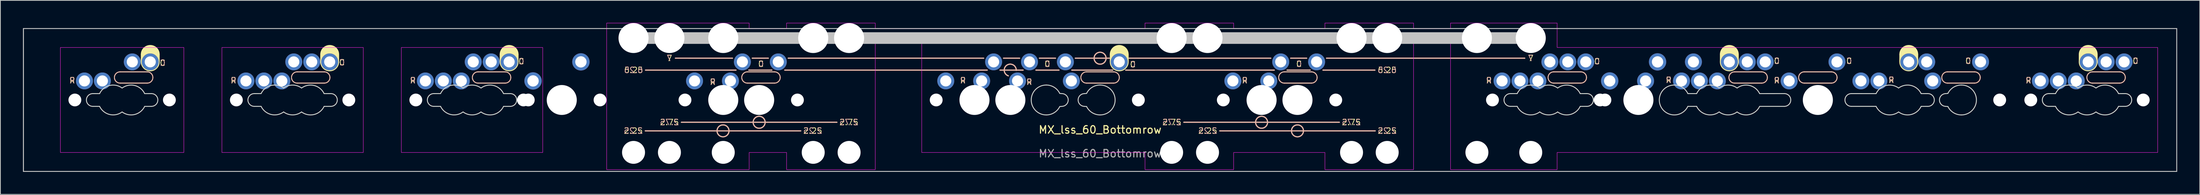
<source format=kicad_pcb>
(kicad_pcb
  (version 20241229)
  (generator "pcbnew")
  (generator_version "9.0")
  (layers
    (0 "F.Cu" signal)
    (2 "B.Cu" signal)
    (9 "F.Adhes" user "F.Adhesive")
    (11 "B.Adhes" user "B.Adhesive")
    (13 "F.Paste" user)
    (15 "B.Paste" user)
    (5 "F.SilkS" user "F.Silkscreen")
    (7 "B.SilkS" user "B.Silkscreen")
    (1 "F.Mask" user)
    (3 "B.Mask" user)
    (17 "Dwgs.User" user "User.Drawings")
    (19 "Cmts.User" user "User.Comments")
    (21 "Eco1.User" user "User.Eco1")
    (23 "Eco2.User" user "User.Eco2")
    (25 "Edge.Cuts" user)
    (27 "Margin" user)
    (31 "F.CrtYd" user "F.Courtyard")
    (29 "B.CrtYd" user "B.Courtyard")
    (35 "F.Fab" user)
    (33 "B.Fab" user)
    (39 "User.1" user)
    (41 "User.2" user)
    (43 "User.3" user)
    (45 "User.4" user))
  (footprint "MX_lss_60_Bottomrow"
    (layer "F.Cu")
    (at 142.935 10.28)
    (property "Reference" "MX_lss_60_Bottomrow" (at 0 3.969 0) (unlocked yes) (layer "F.SilkS") (effects (font (size 1 1) (thickness 0.15))))
    (attr through_hole)
    (fp_line (start -130.05 -3.75) (end -126.45 -3.75) (stroke (width 0.12) (type solid)) (layer "F.SilkS"))
    (fp_line (start -126.45 -2.25) (end -130.05 -2.25) (stroke (width 0.12) (type solid)) (layer "F.SilkS"))
    (fp_line (start -106.55 -3.75) (end -102.95 -3.75) (stroke (width 0.12) (type solid)) (layer "F.SilkS"))
    (fp_line (start -102.95 -2.25) (end -106.55 -2.25) (stroke (width 0.12) (type solid)) (layer "F.SilkS"))
    (fp_line (start -82.55 -3.75) (end -78.95 -3.75) (stroke (width 0.12) (type solid)) (layer "F.SilkS"))
    (fp_line (start -78.95 -2.25) (end -82.55 -2.25) (stroke (width 0.12) (type solid)) (layer "F.SilkS"))
    (fp_line (start -60.357 4.118) (end -39.719 4.118) (stroke (width 0.15) (type solid)) (layer "F.SilkS"))
    (fp_line (start -60.325 -3.978) (end -48.315 -3.977) (stroke (width 0.15) (type solid)) (layer "F.SilkS"))
    (fp_line (start -56.356 -5.568) (end -48.785 -5.567) (stroke (width 0.15) (type solid)) (layer "F.SilkS"))
    (fp_line (start -55.562 2.975) (end -34.925 2.975) (stroke (width 0.15) (type solid)) (layer "F.SilkS"))
    (fp_line (start -46.8 -3.75) (end -43.2 -3.75) (stroke (width 0.12) (type solid)) (layer "F.SilkS"))
    (fp_line (start -46.615 -3.977) (end -43.555 -3.978) (stroke (width 0.15) (type solid)) (layer "F.SilkS"))
    (fp_line (start -46.155 -5.567) (end -44.025 -5.568) (stroke (width 0.15) (type solid)) (layer "F.SilkS"))
    (fp_line (start -43.2 -2.25) (end -46.8 -2.25) (stroke (width 0.12) (type solid)) (layer "F.SilkS"))
    (fp_line (start -41.845 -3.977) (end -14.975 -3.977) (stroke (width 0.15) (type solid)) (layer "F.SilkS"))
    (fp_line (start -41.385 -5.567) (end -15.445 -5.567) (stroke (width 0.15) (type solid)) (layer "F.SilkS"))
    (fp_line (start -13.275 -3.977) (end -10.215 -3.977) (stroke (width 0.15) (type solid)) (layer "F.SilkS"))
    (fp_line (start -12.815 -5.567) (end -10.675 -5.567) (stroke (width 0.15) (type solid)) (layer "F.SilkS"))
    (fp_line (start -8.515 -3.977) (end -5.455 -3.977) (stroke (width 0.15) (type solid)) (layer "F.SilkS"))
    (fp_line (start -8.055 -5.567) (end -5.915 -5.567) (stroke (width 0.15) (type solid)) (layer "F.SilkS"))
    (fp_line (start -3.755 -3.977) (end 1.685 -3.977) (stroke (width 0.15) (type solid)) (layer "F.SilkS"))
    (fp_line (start -3.295 -5.567) (end 1.225 -5.567) (stroke (width 0.15) (type solid)) (layer "F.SilkS"))
    (fp_line (start -1.8 -3.75) (end 1.8 -3.75) (stroke (width 0.12) (type solid)) (layer "F.SilkS"))
    (fp_line (start 1.8 -2.25) (end -1.8 -2.25) (stroke (width 0.12) (type solid)) (layer "F.SilkS"))
    (fp_line (start 3.395 -3.977) (end 23.115 -3.977) (stroke (width 0.15) (type solid)) (layer "F.SilkS"))
    (fp_line (start 3.855 -5.567) (end 22.655 -5.567) (stroke (width 0.15) (type solid)) (layer "F.SilkS"))
    (fp_line (start 11.113 2.975) (end 31.75 2.975) (stroke (width 0.15) (type solid)) (layer "F.SilkS"))
    (fp_line (start 15.875 4.118) (end 36.513 4.118) (stroke (width 0.15) (type solid)) (layer "F.SilkS"))
    (fp_line (start 24.45 -3.75) (end 28.05 -3.75) (stroke (width 0.12) (type solid)) (layer "F.SilkS"))
    (fp_line (start 24.815 -3.977) (end 27.885 -3.977) (stroke (width 0.15) (type solid)) (layer "F.SilkS"))
    (fp_line (start 25.285 -5.567) (end 27.415 -5.567) (stroke (width 0.15) (type solid)) (layer "F.SilkS"))
    (fp_line (start 28.05 -2.25) (end 24.45 -2.25) (stroke (width 0.12) (type solid)) (layer "F.SilkS"))
    (fp_line (start 29.575 -3.977) (end 36.475 -3.977) (stroke (width 0.15) (type solid)) (layer "F.SilkS"))
    (fp_line (start 30.045 -5.567) (end 56.356 -5.566) (stroke (width 0.15) (type solid)) (layer "F.SilkS"))
    (fp_line (start 60.2 -3.75) (end 63.8 -3.75) (stroke (width 0.12) (type solid)) (layer "F.SilkS"))
    (fp_line (start 63.8 -2.25) (end 60.2 -2.25) (stroke (width 0.12) (type solid)) (layer "F.SilkS"))
    (fp_line (start 84.2 -3.75) (end 87.8 -3.75) (stroke (width 0.12) (type solid)) (layer "F.SilkS"))
    (fp_line (start 87.8 -2.25) (end 84.2 -2.25) (stroke (width 0.12) (type solid)) (layer "F.SilkS"))
    (fp_line (start 93.45 -3.75) (end 97.05 -3.75) (stroke (width 0.12) (type solid)) (layer "F.SilkS"))
    (fp_line (start 97.05 -2.25) (end 93.45 -2.25) (stroke (width 0.12) (type solid)) (layer "F.SilkS"))
    (fp_line (start 112.45 -3.75) (end 116.05 -3.75) (stroke (width 0.12) (type solid)) (layer "F.SilkS"))
    (fp_line (start 116.05 -2.25) (end 112.45 -2.25) (stroke (width 0.12) (type solid)) (layer "F.SilkS"))
    (fp_line (start 131.7 -3.75) (end 135.3 -3.75) (stroke (width 0.12) (type solid)) (layer "F.SilkS"))
    (fp_line (start 135.3 -2.25) (end 131.7 -2.25) (stroke (width 0.12) (type solid)) (layer "F.SilkS"))
    (fp_arc (start -130.05 -2.25) (mid -130.8 -3) (end -130.05 -3.75) (stroke (width 0.12) (type solid)) (layer "F.SilkS"))
    (fp_arc (start -127.048125 -6.08) (mid -126.0475 -7.080625) (end -125.046875 -6.08) (stroke (width 0.5) (type default)) (layer "F.SilkS"))
    (fp_arc (start -126.45 -3.75) (mid -125.7 -3) (end -126.45 -2.25) (stroke (width 0.12) (type solid)) (layer "F.SilkS"))
    (fp_arc (start -106.55 -2.25) (mid -107.3 -3) (end -106.55 -3.75) (stroke (width 0.12) (type solid)) (layer "F.SilkS"))
    (fp_arc (start -103.235625 -6.08) (mid -102.235 -7.080625) (end -101.234375 -6.08) (stroke (width 0.5) (type default)) (layer "F.SilkS"))
    (fp_arc (start -102.95 -3.75) (mid -102.2 -3) (end -102.95 -2.25) (stroke (width 0.12) (type solid)) (layer "F.SilkS"))
    (fp_arc (start -82.55 -2.25) (mid -83.3 -3) (end -82.55 -3.75) (stroke (width 0.12) (type solid)) (layer "F.SilkS"))
    (fp_arc (start -79.423125 -6.08) (mid -78.4225 -7.080625) (end -77.421875 -6.08) (stroke (width 0.5) (type default)) (layer "F.SilkS"))
    (fp_arc (start -78.95 -3.75) (mid -78.2 -3) (end -78.95 -2.25) (stroke (width 0.12) (type solid)) (layer "F.SilkS"))
    (fp_arc (start -46.8 -2.25) (mid -47.55 -3) (end -46.8 -3.75) (stroke (width 0.12) (type solid)) (layer "F.SilkS"))
    (fp_arc (start -43.2 -3.75) (mid -42.45 -3) (end -43.2 -2.25) (stroke (width 0.12) (type solid)) (layer "F.SilkS"))
    (fp_arc (start -12.175 -3.217) (mid -12.375918 -4.635557) (end -11.125 -3.937) (stroke (width 0.15) (type solid)) (layer "F.SilkS"))
    (fp_arc (start -1.8 -2.25) (mid -2.55 -3) (end -1.8 -3.75) (stroke (width 0.12) (type solid)) (layer "F.SilkS"))
    (fp_arc (start 1.539375 -6.08) (mid 2.54 -7.080625) (end 3.540625 -6.08) (stroke (width 0.5) (type default)) (layer "F.SilkS"))
    (fp_arc (start 1.8 -3.75) (mid 2.55 -3) (end 1.8 -2.25) (stroke (width 0.12) (type solid)) (layer "F.SilkS"))
    (fp_arc (start 24.45 -2.25) (mid 23.7 -3) (end 24.45 -3.75) (stroke (width 0.12) (type solid)) (layer "F.SilkS"))
    (fp_arc (start 28.05 -3.75) (mid 28.8 -3) (end 28.05 -2.25) (stroke (width 0.12) (type solid)) (layer "F.SilkS"))
    (fp_arc (start 60.2 -2.25) (mid 59.45 -3) (end 60.2 -3.75) (stroke (width 0.12) (type solid)) (layer "F.SilkS"))
    (fp_arc (start 63.8 -3.75) (mid 64.55 -3) (end 63.8 -2.25) (stroke (width 0.12) (type solid)) (layer "F.SilkS"))
    (fp_arc (start 82.501875 -6.08) (mid 83.5025 -7.080625) (end 84.503125 -6.08) (stroke (width 0.5) (type default)) (layer "F.SilkS"))
    (fp_arc (start 84.2 -2.25) (mid 83.45 -3) (end 84.2 -3.75) (stroke (width 0.12) (type solid)) (layer "F.SilkS"))
    (fp_arc (start 87.8 -3.75) (mid 88.55 -3) (end 87.8 -2.25) (stroke (width 0.12) (type solid)) (layer "F.SilkS"))
    (fp_arc (start 93.45 -2.25) (mid 92.7 -3) (end 93.45 -3.75) (stroke (width 0.12) (type solid)) (layer "F.SilkS"))
    (fp_arc (start 97.05 -3.75) (mid 97.8 -3) (end 97.05 -2.25) (stroke (width 0.12) (type solid)) (layer "F.SilkS"))
    (fp_arc (start 106.314375 -6.08) (mid 107.315 -7.080625) (end 108.315625 -6.08) (stroke (width 0.5) (type default)) (layer "F.SilkS"))
    (fp_arc (start 112.45 -2.25) (mid 111.7 -3) (end 112.45 -3.75) (stroke (width 0.12) (type solid)) (layer "F.SilkS"))
    (fp_arc (start 116.05 -3.75) (mid 116.8 -3) (end 116.05 -2.25) (stroke (width 0.12) (type solid)) (layer "F.SilkS"))
    (fp_arc (start 130.126875 -6.08) (mid 131.1275 -7.080625) (end 132.128125 -6.08) (stroke (width 0.5) (type default)) (layer "F.SilkS"))
    (fp_arc (start 131.7 -2.25) (mid 130.95 -3) (end 131.7 -3.75) (stroke (width 0.12) (type solid)) (layer "F.SilkS"))
    (fp_arc (start 135.3 -3.75) (mid 136.05 -3) (end 135.3 -2.25) (stroke (width 0.12) (type solid)) (layer "F.SilkS"))
    (fp_circle (center -126.047 -5.08) (end -124.857 -5.08) (stroke (width 0.125) (type default)) (fill no) (layer "F.SilkS"))
    (fp_circle (center -102.235 -5.08) (end -101.044 -5.08) (stroke (width 0.125) (type default)) (fill no) (layer "F.SilkS"))
    (fp_circle (center -78.422 -5.08) (end -77.232 -5.08) (stroke (width 0.125) (type default)) (fill no) (layer "F.SilkS"))
    (fp_circle (center -50.038 4.118) (end -50.038 3.324) (stroke (width 0.15) (type solid)) (fill no) (layer "F.SilkS"))
    (fp_circle (center -45.244 2.975) (end -45.244 2.181) (stroke (width 0.15) (type solid)) (fill no) (layer "F.SilkS"))
    (fp_circle (center 0 -5.566) (end 0 -4.772) (stroke (width 0.15) (type solid)) (fill no) (layer "F.SilkS"))
    (fp_circle (center 2.54 -5.08) (end 3.731 -5.08) (stroke (width 0.125) (type default)) (fill no) (layer "F.SilkS"))
    (fp_circle (center 21.431 2.975) (end 21.431 2.181) (stroke (width 0.15) (type solid)) (fill no) (layer "F.SilkS"))
    (fp_circle (center 26.194 4.118) (end 26.194 3.324) (stroke (width 0.15) (type solid)) (fill no) (layer "F.SilkS"))
    (fp_circle (center 83.502 -5.08) (end 84.693 -5.08) (stroke (width 0.125) (type default)) (fill no) (layer "F.SilkS"))
    (fp_circle (center 107.315 -5.08) (end 108.506 -5.08) (stroke (width 0.125) (type default)) (fill no) (layer "F.SilkS"))
    (fp_circle (center 131.127 -5.08) (end 132.318 -5.08) (stroke (width 0.125) (type default)) (fill no) (layer "F.SilkS"))
    (fp_poly (pts (xy -127.298 -5.08) (xy -127.298 -6.08) (xy -126.75 -6.8) (xy -126.047 -7.081) (xy -125.35 -6.8) (xy -124.797 -6.08) (xy -124.797 -5.08) (xy -124.95 -5.6) (xy -125.55 -6.2) (xy -126.047 -6.271) (xy -126.55 -6.2) (xy -127.15 -5.6)) (stroke (width 0) (type solid)) (fill yes) (layer "F.SilkS"))
    (fp_poly (pts (xy -103.486 -5.08) (xy -103.486 -6.08) (xy -102.938 -6.8) (xy -102.235 -7.081) (xy -101.537 -6.8) (xy -100.984 -6.08) (xy -100.984 -5.08) (xy -101.138 -5.6) (xy -101.737 -6.2) (xy -102.235 -6.271) (xy -102.737 -6.2) (xy -103.338 -5.6)) (stroke (width 0) (type solid)) (fill yes) (layer "F.SilkS"))
    (fp_poly (pts (xy -79.673 -5.08) (xy -79.673 -6.08) (xy -79.125 -6.8) (xy -78.422 -7.081) (xy -77.725 -6.8) (xy -77.172 -6.08) (xy -77.172 -5.08) (xy -77.325 -5.6) (xy -77.925 -6.2) (xy -78.422 -6.271) (xy -78.925 -6.2) (xy -79.525 -5.6)) (stroke (width 0) (type solid)) (fill yes) (layer "F.SilkS"))
    (fp_poly (pts (xy 1.289 -5.08) (xy 1.289 -6.08) (xy 1.837 -6.8) (xy 2.54 -7.081) (xy 3.237 -6.8) (xy 3.791 -6.08) (xy 3.791 -5.08) (xy 3.638 -5.6) (xy 3.038 -6.2) (xy 2.54 -6.271) (xy 2.038 -6.2) (xy 1.438 -5.6)) (stroke (width 0) (type solid)) (fill yes) (layer "F.SilkS"))
    (fp_poly (pts (xy 82.252 -5.08) (xy 82.252 -6.08) (xy 82.8 -6.8) (xy 83.502 -7.081) (xy 84.2 -6.8) (xy 84.753 -6.08) (xy 84.753 -5.08) (xy 84.6 -5.6) (xy 84 -6.2) (xy 83.502 -6.271) (xy 83 -6.2) (xy 82.4 -5.6)) (stroke (width 0) (type solid)) (fill yes) (layer "F.SilkS"))
    (fp_poly (pts (xy 106.064 -5.08) (xy 106.064 -6.08) (xy 106.612 -6.8) (xy 107.315 -7.081) (xy 108.013 -6.8) (xy 108.566 -6.08) (xy 108.566 -5.08) (xy 108.412 -5.6) (xy 107.812 -6.2) (xy 107.315 -6.271) (xy 106.812 -6.2) (xy 106.213 -5.6)) (stroke (width 0) (type solid)) (fill yes) (layer "F.SilkS"))
    (fp_poly (pts (xy 129.877 -5.08) (xy 129.877 -6.08) (xy 130.425 -6.8) (xy 131.127 -7.081) (xy 131.825 -6.8) (xy 132.378 -6.08) (xy 132.378 -5.08) (xy 132.225 -5.6) (xy 131.625 -6.2) (xy 131.127 -6.271) (xy 130.625 -6.2) (xy 130.025 -5.6)) (stroke (width 0) (type solid)) (fill yes) (layer "F.SilkS"))
    (fp_line (start -130.05 -2.25) (end -126.45 -2.25) (stroke (width 0.12) (type solid)) (layer "B.SilkS"))
    (fp_line (start -126.45 -3.75) (end -130.05 -3.75) (stroke (width 0.12) (type solid)) (layer "B.SilkS"))
    (fp_line (start -106.55 -2.25) (end -102.95 -2.25) (stroke (width 0.12) (type solid)) (layer "B.SilkS"))
    (fp_line (start -102.95 -3.75) (end -106.55 -3.75) (stroke (width 0.12) (type solid)) (layer "B.SilkS"))
    (fp_line (start -82.55 -2.25) (end -78.95 -2.25) (stroke (width 0.12) (type solid)) (layer "B.SilkS"))
    (fp_line (start -78.95 -3.75) (end -82.55 -3.75) (stroke (width 0.12) (type solid)) (layer "B.SilkS"))
    (fp_line (start -60.357 4.113) (end -39.719 4.113) (stroke (width 0.15) (type solid)) (layer "B.SilkS"))
    (fp_line (start -60.325 -3.983) (end -48.315 -3.982) (stroke (width 0.15) (type solid)) (layer "B.SilkS"))
    (fp_line (start -56.356 -5.573) (end -48.785 -5.572) (stroke (width 0.15) (type solid)) (layer "B.SilkS"))
    (fp_line (start -55.562 2.97) (end -34.925 2.97) (stroke (width 0.15) (type solid)) (layer "B.SilkS"))
    (fp_line (start -46.8 -2.25) (end -43.2 -2.25) (stroke (width 0.12) (type solid)) (layer "B.SilkS"))
    (fp_line (start -46.615 -3.982) (end -43.555 -3.983) (stroke (width 0.15) (type solid)) (layer "B.SilkS"))
    (fp_line (start -46.155 -5.572) (end -44.025 -5.573) (stroke (width 0.15) (type solid)) (layer "B.SilkS"))
    (fp_line (start -43.2 -3.75) (end -46.8 -3.75) (stroke (width 0.12) (type solid)) (layer "B.SilkS"))
    (fp_line (start -41.845 -3.982) (end -14.975 -3.982) (stroke (width 0.15) (type solid)) (layer "B.SilkS"))
    (fp_line (start -41.385 -5.572) (end -15.445 -5.572) (stroke (width 0.15) (type solid)) (layer "B.SilkS"))
    (fp_line (start -13.275 -3.982) (end -10.215 -3.982) (stroke (width 0.15) (type solid)) (layer "B.SilkS"))
    (fp_line (start -12.815 -5.572) (end -10.675 -5.572) (stroke (width 0.15) (type solid)) (layer "B.SilkS"))
    (fp_line (start -8.515 -3.982) (end -5.455 -3.982) (stroke (width 0.15) (type solid)) (layer "B.SilkS"))
    (fp_line (start -8.055 -5.572) (end -5.915 -5.572) (stroke (width 0.15) (type solid)) (layer "B.SilkS"))
    (fp_line (start -3.755 -3.982) (end 1.685 -3.982) (stroke (width 0.15) (type solid)) (layer "B.SilkS"))
    (fp_line (start -3.295 -5.572) (end 1.225 -5.572) (stroke (width 0.15) (type solid)) (layer "B.SilkS"))
    (fp_line (start -1.8 -2.25) (end 1.8 -2.25) (stroke (width 0.12) (type solid)) (layer "B.SilkS"))
    (fp_line (start 1.8 -3.75) (end -1.8 -3.75) (stroke (width 0.12) (type solid)) (layer "B.SilkS"))
    (fp_line (start 3.395 -3.982) (end 23.115 -3.982) (stroke (width 0.15) (type solid)) (layer "B.SilkS"))
    (fp_line (start 3.855 -5.572) (end 22.655 -5.572) (stroke (width 0.15) (type solid)) (layer "B.SilkS"))
    (fp_line (start 11.113 2.97) (end 31.75 2.97) (stroke (width 0.15) (type solid)) (layer "B.SilkS"))
    (fp_line (start 15.875 4.113) (end 36.513 4.113) (stroke (width 0.15) (type solid)) (layer "B.SilkS"))
    (fp_line (start 24.45 -2.25) (end 28.05 -2.25) (stroke (width 0.12) (type solid)) (layer "B.SilkS"))
    (fp_line (start 24.815 -3.982) (end 27.885 -3.982) (stroke (width 0.15) (type solid)) (layer "B.SilkS"))
    (fp_line (start 25.285 -5.572) (end 27.415 -5.572) (stroke (width 0.15) (type solid)) (layer "B.SilkS"))
    (fp_line (start 28.05 -3.75) (end 24.45 -3.75) (stroke (width 0.12) (type solid)) (layer "B.SilkS"))
    (fp_line (start 29.575 -3.982) (end 36.475 -3.982) (stroke (width 0.15) (type solid)) (layer "B.SilkS"))
    (fp_line (start 30.045 -5.572) (end 56.356 -5.571) (stroke (width 0.15) (type solid)) (layer "B.SilkS"))
    (fp_line (start 60.2 -2.25) (end 63.8 -2.25) (stroke (width 0.12) (type solid)) (layer "B.SilkS"))
    (fp_line (start 63.8 -3.75) (end 60.2 -3.75) (stroke (width 0.12) (type solid)) (layer "B.SilkS"))
    (fp_line (start 84.2 -2.25) (end 87.8 -2.25) (stroke (width 0.12) (type solid)) (layer "B.SilkS"))
    (fp_line (start 87.8 -3.75) (end 84.2 -3.75) (stroke (width 0.12) (type solid)) (layer "B.SilkS"))
    (fp_line (start 93.45 -2.25) (end 97.05 -2.25) (stroke (width 0.12) (type solid)) (layer "B.SilkS"))
    (fp_line (start 97.05 -3.75) (end 93.45 -3.75) (stroke (width 0.12) (type solid)) (layer "B.SilkS"))
    (fp_line (start 112.45 -2.25) (end 116.05 -2.25) (stroke (width 0.12) (type solid)) (layer "B.SilkS"))
    (fp_line (start 116.05 -3.75) (end 112.45 -3.75) (stroke (width 0.12) (type solid)) (layer "B.SilkS"))
    (fp_line (start 131.7 -2.25) (end 135.3 -2.25) (stroke (width 0.12) (type solid)) (layer "B.SilkS"))
    (fp_line (start 135.3 -3.75) (end 131.7 -3.75) (stroke (width 0.12) (type solid)) (layer "B.SilkS"))
    (fp_arc (start -130.05 -2.25) (mid -130.8 -3) (end -130.05 -3.75) (stroke (width 0.12) (type solid)) (layer "B.SilkS"))
    (fp_arc (start -126.45 -3.75) (mid -125.7 -3) (end -126.45 -2.25) (stroke (width 0.12) (type solid)) (layer "B.SilkS"))
    (fp_arc (start -106.55 -2.25) (mid -107.3 -3) (end -106.55 -3.75) (stroke (width 0.12) (type solid)) (layer "B.SilkS"))
    (fp_arc (start -102.95 -3.75) (mid -102.2 -3) (end -102.95 -2.25) (stroke (width 0.12) (type solid)) (layer "B.SilkS"))
    (fp_arc (start -82.55 -2.25) (mid -83.3 -3) (end -82.55 -3.75) (stroke (width 0.12) (type solid)) (layer "B.SilkS"))
    (fp_arc (start -78.95 -3.75) (mid -78.2 -3) (end -78.95 -2.25) (stroke (width 0.12) (type solid)) (layer "B.SilkS"))
    (fp_arc (start -46.8 -2.25) (mid -47.55 -3) (end -46.8 -3.75) (stroke (width 0.12) (type solid)) (layer "B.SilkS"))
    (fp_arc (start -43.2 -3.75) (mid -42.45 -3) (end -43.2 -2.25) (stroke (width 0.12) (type solid)) (layer "B.SilkS"))
    (fp_arc (start -12.175 -3.222) (mid -12.375882 -4.640577) (end -11.125 -3.942) (stroke (width 0.15) (type solid)) (layer "B.SilkS"))
    (fp_arc (start -1.8 -2.25) (mid -2.55 -3) (end -1.8 -3.75) (stroke (width 0.12) (type solid)) (layer "B.SilkS"))
    (fp_arc (start 1.8 -3.75) (mid 2.55 -3) (end 1.8 -2.25) (stroke (width 0.12) (type solid)) (layer "B.SilkS"))
    (fp_arc (start 24.45 -2.25) (mid 23.7 -3) (end 24.45 -3.75) (stroke (width 0.12) (type solid)) (layer "B.SilkS"))
    (fp_arc (start 28.05 -3.75) (mid 28.8 -3) (end 28.05 -2.25) (stroke (width 0.12) (type solid)) (layer "B.SilkS"))
    (fp_arc (start 60.2 -2.25) (mid 59.45 -3) (end 60.2 -3.75) (stroke (width 0.12) (type solid)) (layer "B.SilkS"))
    (fp_arc (start 63.8 -3.75) (mid 64.55 -3) (end 63.8 -2.25) (stroke (width 0.12) (type solid)) (layer "B.SilkS"))
    (fp_arc (start 84.2 -2.25) (mid 83.45 -3) (end 84.2 -3.75) (stroke (width 0.12) (type solid)) (layer "B.SilkS"))
    (fp_arc (start 87.8 -3.75) (mid 88.55 -3) (end 87.8 -2.25) (stroke (width 0.12) (type solid)) (layer "B.SilkS"))
    (fp_arc (start 93.45 -2.25) (mid 92.7 -3) (end 93.45 -3.75) (stroke (width 0.12) (type solid)) (layer "B.SilkS"))
    (fp_arc (start 97.05 -3.75) (mid 97.8 -3) (end 97.05 -2.25) (stroke (width 0.12) (type solid)) (layer "B.SilkS"))
    (fp_arc (start 112.45 -2.25) (mid 111.7 -3) (end 112.45 -3.75) (stroke (width 0.12) (type solid)) (layer "B.SilkS"))
    (fp_arc (start 116.05 -3.75) (mid 116.8 -3) (end 116.05 -2.25) (stroke (width 0.12) (type solid)) (layer "B.SilkS"))
    (fp_arc (start 131.7 -2.25) (mid 130.95 -3) (end 131.7 -3.75) (stroke (width 0.12) (type solid)) (layer "B.SilkS"))
    (fp_arc (start 135.3 -3.75) (mid 136.05 -3) (end 135.3 -2.25) (stroke (width 0.12) (type solid)) (layer "B.SilkS"))
    (fp_circle (center -50.038 4.113) (end -50.038 3.319) (stroke (width 0.15) (type solid)) (fill no) (layer "B.SilkS"))
    (fp_circle (center -45.244 2.97) (end -45.244 2.176) (stroke (width 0.15) (type solid)) (fill no) (layer "B.SilkS"))
    (fp_circle (center 0 -5.571) (end 0.794 -5.571) (stroke (width 0.15) (type solid)) (fill no) (layer "B.SilkS"))
    (fp_circle (center 21.431 2.97) (end 22.225 2.97) (stroke (width 0.15) (type solid)) (fill no) (layer "B.SilkS"))
    (fp_circle (center 26.194 4.113) (end 26.988 4.113) (stroke (width 0.15) (type solid)) (fill no) (layer "B.SilkS"))
    (fp_line (start -142.875 -9.525) (end -142.875 9.525) (stroke (width 0.12) (type solid)) (layer "Dwgs.User"))
    (fp_line (start -142.875 -9.525) (end -142.875 9.525) (stroke (width 0.12) (type solid)) (layer "Dwgs.User"))
    (fp_line (start -142.875 -9.525) (end 142.875 -9.525) (stroke (width 0.12) (type solid)) (layer "Dwgs.User"))
    (fp_line (start -61.913 -8.255) (end 57.15 -8.255) (stroke (width 1.55) (type solid)) (layer "Dwgs.User"))
    (fp_line (start 142.875 -9.525) (end 142.875 9.525) (stroke (width 0.12) (type solid)) (layer "Dwgs.User"))
    (fp_line (start 142.875 9.525) (end -142.875 9.525) (stroke (width 0.12) (type solid)) (layer "Dwgs.User"))
    (fp_line (start -133.667 -0.85) (end -132.767 -0.849) (stroke (width 0.12) (type solid)) (layer "Edge.Cuts"))
    (fp_line (start -133.667 0.85) (end -132.768 0.85) (stroke (width 0.12) (type solid)) (layer "Edge.Cuts"))
    (fp_line (start -125.889 -0.85) (end -126.789 -0.849) (stroke (width 0.12) (type solid)) (layer "Edge.Cuts"))
    (fp_line (start -125.889 0.85) (end -126.786 0.851) (stroke (width 0.12) (type solid)) (layer "Edge.Cuts"))
    (fp_line (start -112.236 -0.85) (end -111.339 -0.851) (stroke (width 0.12) (type solid)) (layer "Edge.Cuts"))
    (fp_line (start -112.236 0.85) (end -111.336 0.85) (stroke (width 0.12) (type solid)) (layer "Edge.Cuts"))
    (fp_line (start -102.076 -0.85) (end -102.977 -0.849) (stroke (width 0.12) (type solid)) (layer "Edge.Cuts"))
    (fp_line (start -102.076 0.85) (end -102.974 0.851) (stroke (width 0.12) (type solid)) (layer "Edge.Cuts"))
    (fp_line (start -88.424 -0.85) (end -87.526 -0.851) (stroke (width 0.12) (type solid)) (layer "Edge.Cuts"))
    (fp_line (start -88.424 0.85) (end -87.523 0.85) (stroke (width 0.12) (type solid)) (layer "Edge.Cuts"))
    (fp_line (start -78.264 -0.85) (end -79.164 -0.849) (stroke (width 0.12) (type solid)) (layer "Edge.Cuts"))
    (fp_line (start -78.264 0.85) (end -79.161 0.851) (stroke (width 0.12) (type solid)) (layer "Edge.Cuts"))
    (fp_line (start -5.08 -0.85) (end -5.353 -0.875) (stroke (width 0.12) (type solid)) (layer "Edge.Cuts"))
    (fp_line (start -5.08 0.85) (end -5.351 0.876) (stroke (width 0.12) (type solid)) (layer "Edge.Cuts"))
    (fp_line (start -2.064 -0.85) (end -1.792 -0.876) (stroke (width 0.12) (type solid)) (layer "Edge.Cuts"))
    (fp_line (start -2.064 0.85) (end -1.791 0.875) (stroke (width 0.12) (type solid)) (layer "Edge.Cuts"))
    (fp_line (start 54.451 -0.85) (end 55.349 -0.851) (stroke (width 0.12) (type solid)) (layer "Edge.Cuts"))
    (fp_line (start 54.451 0.85) (end 55.352 0.85) (stroke (width 0.12) (type solid)) (layer "Edge.Cuts"))
    (fp_line (start 64.611 -0.85) (end 63.711 -0.849) (stroke (width 0.12) (type solid)) (layer "Edge.Cuts"))
    (fp_line (start 64.611 0.85) (end 63.714 0.851) (stroke (width 0.12) (type solid)) (layer "Edge.Cuts"))
    (fp_line (start 78.001 -0.851) (end 79.161 -0.851) (stroke (width 0.12) (type default)) (layer "Edge.Cuts"))
    (fp_line (start 79.164 0.85) (end 78.001 0.851) (stroke (width 0.12) (type default)) (layer "Edge.Cuts"))
    (fp_line (start 90.805 -0.851) (end 87.523 -0.849) (stroke (width 0.12) (type default)) (layer "Edge.Cuts"))
    (fp_line (start 90.805 0.851) (end 87.526 0.851) (stroke (width 0.12) (type default)) (layer "Edge.Cuts"))
    (fp_line (start 99.695 -0.85) (end 102.977 -0.849) (stroke (width 0.12) (type solid)) (layer "Edge.Cuts"))
    (fp_line (start 99.695 0.85) (end 102.976 0.85) (stroke (width 0.12) (type solid)) (layer "Edge.Cuts"))
    (fp_line (start 109.855 -0.85) (end 108.955 -0.849) (stroke (width 0.12) (type solid)) (layer "Edge.Cuts"))
    (fp_line (start 109.855 0.85) (end 108.958 0.851) (stroke (width 0.12) (type solid)) (layer "Edge.Cuts"))
    (fp_line (start 112.236 -0.85) (end 112.508 -0.876) (stroke (width 0.12) (type solid)) (layer "Edge.Cuts"))
    (fp_line (start 112.236 0.85) (end 112.509 0.875) (stroke (width 0.12) (type solid)) (layer "Edge.Cuts"))
    (fp_line (start 125.889 -0.85) (end 126.786 -0.851) (stroke (width 0.12) (type solid)) (layer "Edge.Cuts"))
    (fp_line (start 125.889 0.85) (end 126.789 0.85) (stroke (width 0.12) (type solid)) (layer "Edge.Cuts"))
    (fp_line (start 136.049 -0.85) (end 135.148 -0.849) (stroke (width 0.12) (type solid)) (layer "Edge.Cuts"))
    (fp_line (start 136.049 0.85) (end 135.151 0.851) (stroke (width 0.12) (type solid)) (layer "Edge.Cuts"))
    (fp_arc (start -133.6675 0.85) (mid -134.5175 0) (end -133.6675 -0.85) (stroke (width 0.12) (type solid)) (layer "Edge.Cuts"))
    (fp_arc (start -132.767041 -0.849446) (mid -131.448909 -1.929989) (end -129.778126 -1.593054) (stroke (width 0.12) (type default)) (layer "Edge.Cuts"))
    (fp_arc (start -129.780158 1.59577) (mid -131.450612 1.930556) (end -132.767817 0.850061) (stroke (width 0.12) (type default)) (layer "Edge.Cuts"))
    (fp_arc (start -129.778126 -1.593054) (mid -128.107342 -1.929989) (end -126.78921 -0.849445) (stroke (width 0.12) (type default)) (layer "Edge.Cuts"))
    (fp_arc (start -126.786239 0.851099) (mid -128.106633 1.933308) (end -129.780158 1.59577) (stroke (width 0.12) (type default)) (layer "Edge.Cuts"))
    (fp_arc (start -125.88875 -0.85) (mid -125.03875 0) (end -125.88875 0.85) (stroke (width 0.12) (type solid)) (layer "Edge.Cuts"))
    (fp_arc (start -112.23625 0.85) (mid -113.08625 0) (end -112.23625 -0.85) (stroke (width 0.12) (type solid)) (layer "Edge.Cuts"))
    (fp_arc (start -111.338872 -0.850902) (mid -110.018482 -1.933296) (end -108.344836 -1.595784) (stroke (width 0.12) (type default)) (layer "Edge.Cuts"))
    (fp_arc (start -108.346877 1.593051) (mid -110.017551 1.930013) (end -111.335695 0.849648) (stroke (width 0.12) (type default)) (layer "Edge.Cuts"))
    (fp_arc (start -108.346876 -1.593055) (mid -107.156251 -1.988822) (end -105.965626 -1.593055) (stroke (width 0.12) (type default)) (layer "Edge.Cuts"))
    (fp_arc (start -105.965627 1.593051) (mid -107.156251 1.988818) (end -108.346875 1.593051) (stroke (width 0.12) (type default)) (layer "Edge.Cuts"))
    (fp_arc (start -105.965626 -1.593055) (mid -104.294842 -1.92999) (end -102.97671 -0.849446) (stroke (width 0.12) (type default)) (layer "Edge.Cuts"))
    (fp_arc (start -102.973739 0.851098) (mid -104.294133 1.933307) (end -105.967658 1.595769) (stroke (width 0.12) (type default)) (layer "Edge.Cuts"))
    (fp_arc (start -102.07625 -0.85) (mid -101.22625 0) (end -102.07625 0.85) (stroke (width 0.12) (type solid)) (layer "Edge.Cuts"))
    (fp_arc (start -88.42375 0.85) (mid -89.27375 0) (end -88.42375 -0.85) (stroke (width 0.12) (type solid)) (layer "Edge.Cuts"))
    (fp_arc (start -87.526372 -0.850902) (mid -86.205982 -1.933296) (end -84.532336 -1.595784) (stroke (width 0.12) (type default)) (layer "Edge.Cuts"))
    (fp_arc (start -84.534377 1.593051) (mid -86.205051 1.930013) (end -87.523195 0.849648) (stroke (width 0.12) (type default)) (layer "Edge.Cuts"))
    (fp_arc (start -84.534376 -1.593055) (mid -83.343751 -1.988822) (end -82.153126 -1.593055) (stroke (width 0.12) (type default)) (layer "Edge.Cuts"))
    (fp_arc (start -82.153127 1.593051) (mid -83.343751 1.988818) (end -84.534375 1.593051) (stroke (width 0.12) (type default)) (layer "Edge.Cuts"))
    (fp_arc (start -82.153126 -1.593055) (mid -80.482342 -1.92999) (end -79.16421 -0.849446) (stroke (width 0.12) (type default)) (layer "Edge.Cuts"))
    (fp_arc (start -79.161239 0.851098) (mid -80.481633 1.933307) (end -82.155158 1.595769) (stroke (width 0.12) (type default)) (layer "Edge.Cuts"))
    (fp_arc (start -78.26375 -0.85) (mid -77.41375 0) (end -78.26375 0.85) (stroke (width 0.12) (type solid)) (layer "Edge.Cuts"))
    (fp_arc (start -7.14375 -1.9939) (mid -6.08817 -1.690786) (end -5.352901 -0.875) (stroke (width 0.12) (type solid)) (layer "Edge.Cuts"))
    (fp_arc (start -7.14375 1.9939) (mid -9.13765 0) (end -7.14375 -1.9939) (stroke (width 0.12) (type solid)) (layer "Edge.Cuts"))
    (fp_arc (start -5.351277 0.876315) (mid -6.087264 1.692129) (end -7.14375 1.9939) (stroke (width 0.12) (type solid)) (layer "Edge.Cuts"))
    (fp_arc (start -5.08 -0.85) (mid -4.23 0) (end -5.08 0.85) (stroke (width 0.12) (type solid)) (layer "Edge.Cuts"))
    (fp_arc (start -2.06375 0.85) (mid -2.91375 0) (end -2.06375 -0.85) (stroke (width 0.12) (type solid)) (layer "Edge.Cuts"))
    (fp_arc (start -1.792473 -0.876315) (mid -1.055826 -1.692961) (end 0.001624 -1.995216) (stroke (width 0.12) (type solid)) (layer "Edge.Cuts"))
    (fp_arc (start 0.001624 -1.995216) (mid 1.995524 -0.001316) (end 0.001624 1.992584) (stroke (width 0.12) (type solid)) (layer "Edge.Cuts"))
    (fp_arc (start 0.001624 1.992584) (mid -1.054863 1.690814) (end -1.790849 0.875) (stroke (width 0.12) (type solid)) (layer "Edge.Cuts"))
    (fp_arc (start 54.45125 0.85) (mid 53.60125 0) (end 54.45125 -0.85) (stroke (width 0.12) (type solid)) (layer "Edge.Cuts"))
    (fp_arc (start 55.348629 -0.8509) (mid 56.669019 -1.933294) (end 58.342665 -1.595782) (stroke (width 0.12) (type default)) (layer "Edge.Cuts"))
    (fp_arc (start 58.340624 1.593053) (mid 56.66995 1.930015) (end 55.351806 0.84965) (stroke (width 0.12) (type default)) (layer "Edge.Cuts"))
    (fp_arc (start 58.340625 -1.593053) (mid 59.53125 -1.98882) (end 60.721875 -1.593053) (stroke (width 0.12) (type default)) (layer "Edge.Cuts"))
    (fp_arc (start 60.721874 1.593053) (mid 59.53125 1.98882) (end 58.340626 1.593053) (stroke (width 0.12) (type default)) (layer "Edge.Cuts"))
    (fp_arc (start 60.721875 -1.593053) (mid 62.392659 -1.929988) (end 63.710791 -0.849444) (stroke (width 0.12) (type default)) (layer "Edge.Cuts"))
    (fp_arc (start 63.713762 0.8511) (mid 62.393368 1.933309) (end 60.719843 1.595771) (stroke (width 0.12) (type default)) (layer "Edge.Cuts"))
    (fp_arc (start 64.61125 -0.85) (mid 65.461298 0) (end 64.61125 0.85) (stroke (width 0.12) (type solid)) (layer "Edge.Cuts"))
    (fp_arc (start 78.001262 0.8511) (mid 74.207786 -0.000114) (end 78.001359 -0.850894) (stroke (width 0.12) (type default)) (layer "Edge.Cuts"))
    (fp_arc (start 79.161129 -0.8509) (mid 80.481519 -1.933294) (end 82.155165 -1.595782) (stroke (width 0.12) (type default)) (layer "Edge.Cuts"))
    (fp_arc (start 82.153124 1.593053) (mid 80.482451 1.930015) (end 79.164306 0.84965) (stroke (width 0.12) (type default)) (layer "Edge.Cuts"))
    (fp_arc (start 82.153125 -1.593053) (mid 83.34375 -1.98882) (end 84.534375 -1.593053) (stroke (width 0.12) (type default)) (layer "Edge.Cuts"))
    (fp_arc (start 84.534374 1.593053) (mid 83.34375 1.98882) (end 82.153126 1.593053) (stroke (width 0.12) (type default)) (layer "Edge.Cuts"))
    (fp_arc (start 84.534375 -1.593053) (mid 86.205159 -1.929988) (end 87.523291 -0.849444) (stroke (width 0.12) (type default)) (layer "Edge.Cuts"))
    (fp_arc (start 87.526262 0.8511) (mid 86.205868 1.933309) (end 84.532343 1.595771) (stroke (width 0.12) (type default)) (layer "Edge.Cuts"))
    (fp_arc (start 90.805 -0.8509) (mid 91.6559 0) (end 90.805 0.8509) (stroke (width 0.12) (type default)) (layer "Edge.Cuts"))
    (fp_arc (start 99.695 0.85) (mid 98.845 0) (end 99.695 -0.85) (stroke (width 0.12) (type solid)) (layer "Edge.Cuts"))
    (fp_arc (start 102.97671 -0.849446) (mid 104.294841 -1.929988) (end 105.965625 -1.593054) (stroke (width 0.12) (type default)) (layer "Edge.Cuts"))
    (fp_arc (start 105.963593 1.59577) (mid 104.293139 1.930556) (end 102.975934 0.850061) (stroke (width 0.12) (type default)) (layer "Edge.Cuts"))
    (fp_arc (start 105.965625 -1.593054) (mid 107.636409 -1.929989) (end 108.954541 -0.849445) (stroke (width 0.12) (type default)) (layer "Edge.Cuts"))
    (fp_arc (start 108.957512 0.851099) (mid 107.637118 1.933308) (end 105.963593 1.59577) (stroke (width 0.12) (type default)) (layer "Edge.Cuts"))
    (fp_arc (start 109.855 -0.85) (mid 110.705 0) (end 109.855 0.85) (stroke (width 0.12) (type solid)) (layer "Edge.Cuts"))
    (fp_arc (start 112.23625 0.85) (mid 111.386298 0) (end 112.23625 -0.85) (stroke (width 0.12) (type solid)) (layer "Edge.Cuts"))
    (fp_arc (start 112.507527 -0.876315) (mid 113.243514 -1.692129) (end 114.3 -1.9939) (stroke (width 0.12) (type solid)) (layer "Edge.Cuts"))
    (fp_arc (start 114.3 -1.9939) (mid 116.2939 0) (end 114.3 1.9939) (stroke (width 0.12) (type solid)) (layer "Edge.Cuts"))
    (fp_arc (start 114.3 1.9939) (mid 113.24442 1.690786) (end 112.509151 0.875) (stroke (width 0.12) (type solid)) (layer "Edge.Cuts"))
    (fp_arc (start 125.88875 0.85) (mid 125.038798 0) (end 125.88875 -0.85) (stroke (width 0.12) (type solid)) (layer "Edge.Cuts"))
    (fp_arc (start 126.786129 -0.850901) (mid 128.106519 -1.933295) (end 129.780165 -1.595783) (stroke (width 0.12) (type default)) (layer "Edge.Cuts"))
    (fp_arc (start 129.778124 1.593052) (mid 128.10745 1.930014) (end 126.789306 0.849649) (stroke (width 0.12) (type default)) (layer "Edge.Cuts"))
    (fp_arc (start 129.778125 -1.593054) (mid 130.96875 -1.988821) (end 132.159375 -1.593054) (stroke (width 0.12) (type default)) (layer "Edge.Cuts"))
    (fp_arc (start 132.159374 1.593052) (mid 130.96875 1.988819) (end 129.778126 1.593052) (stroke (width 0.12) (type default)) (layer "Edge.Cuts"))
    (fp_arc (start 132.159375 -1.593054) (mid 133.830159 -1.929989) (end 135.148291 -0.849445) (stroke (width 0.12) (type default)) (layer "Edge.Cuts"))
    (fp_arc (start 135.151262 0.851099) (mid 133.830868 1.933308) (end 132.157343 1.59577) (stroke (width 0.12) (type default)) (layer "Edge.Cuts"))
    (fp_arc (start 136.04875 -0.85) (mid 136.898798 0) (end 136.04875 0.85) (stroke (width 0.12) (type solid)) (layer "Edge.Cuts"))
    (fp_rect (start -137.969 -7) (end -121.588 7) (stroke (width 0.05) (type solid)) (fill no) (layer "F.CrtYd"))
    (fp_rect (start -116.537 -7) (end -97.775 7) (stroke (width 0.05) (type solid)) (fill no) (layer "F.CrtYd"))
    (fp_rect (start -92.725 -7) (end -73.963 7) (stroke (width 0.05) (type solid)) (fill no) (layer "F.CrtYd"))
    (fp_poly (pts (xy 5.962 -10.255) (xy 17.724 -10.255) (xy 17.724 -9.5) (xy 29.837 -9.5) (xy 29.837 -10.255) (xy 41.6 -10.255) (xy 41.6 -9.5) (xy 46.506 -9.5) (xy 46.506 -10.255) (xy 60.65 -10.255) (xy 60.65 -7) (xy 140.35 -7) (xy 140.35 7) (xy 60.65 7) (xy 60.65 9.285) (xy 46.506 9.285) (xy 46.506 -7.7) (xy 41.6 -7.7) (xy 41.6 9.285) (xy 29.837 9.285) (xy 29.837 7) (xy 17.724 7) (xy 17.724 9.285) (xy 5.962 9.285) (xy 5.962 7) (xy -23.669 7) (xy -23.669 -7.7) (xy -29.837 -7.7) (xy -29.837 9.285) (xy -41.6 9.285) (xy -41.6 7) (xy -46.57 7) (xy -46.57 9.285) (xy -65.476 9.285) (xy -65.476 -10.255) (xy -46.57 -10.255) (xy -46.57 -9.5) (xy -41.6 -9.5) (xy -41.6 -10.255) (xy -29.837 -10.255) (xy -29.837 -9.5) (xy 5.962 -9.5)) (stroke (width 0.05) (type solid)) (fill no) (layer "F.CrtYd"))
    (fp_text user "C" (at -76.8 -5.14 0) (unlocked yes) (layer "F.SilkS") (effects (font (size 0.75 0.75) (thickness 0.1))))
    (fp_text user "R" (at 105 -2.66 0) (unlocked yes) (layer "F.SilkS") (effects (font (size 0.75 0.75) (thickness 0.1))))
    (fp_text user "C" (at 99.4 -5.2 0) (unlocked yes) (layer "F.SilkS") (effects (font (size 0.75 0.75) (thickness 0.1))))
    (fp_text user "R" (at -18.2 -2.6 0) (unlocked yes) (layer "F.SilkS") (effects (font (size 0.75 0.75) (thickness 0.1))))
    (fp_text user "C" (at 115.2 -5.2 0) (unlocked yes) (layer "F.SilkS") (effects (font (size 0.75 0.75) (thickness 0.1))))
    (fp_text user "2.75" (at -57.15 2.975 0) (unlocked yes) (layer "F.SilkS") (effects (font (size 0.75 0.75) (thickness 0.1))))
    (fp_text user "C" (at 65.95 -5.14 0) (unlocked yes) (layer "F.SilkS") (effects (font (size 0.75 0.75) (thickness 0.1))))
    (fp_text user "2.75" (at 9.525 2.975 0) (unlocked yes) (layer "F.SilkS") (effects (font (size 0.75 0.75) (thickness 0.1))))
    (fp_text user "C" (at 26.4 -4.8 0) (unlocked yes) (layer "F.SilkS") (effects (font (size 0.75 0.75) (thickness 0.1))))
    (fp_text user "R" (at -91.2 -2.6 0) (unlocked yes) (layer "F.SilkS") (effects (font (size 0.75 0.75) (thickness 0.1))))
    (fp_text user "C" (at -124.4 -4.94 0) (unlocked yes) (layer "F.SilkS") (effects (font (size 0.75 0.75) (thickness 0.1))))
    (fp_text user "2.75" (at 33.337 2.975 0) (unlocked yes) (layer "F.SilkS") (effects (font (size 0.75 0.75) (thickness 0.1))))
    (fp_text user "6.25" (at 38.1 -3.978 0) (unlocked yes) (layer "F.SilkS") (effects (font (size 0.75 0.75) (thickness 0.1))))
    (fp_text user "R" (at 75.45 -2.66 0) (unlocked yes) (layer "F.SilkS") (effects (font (size 0.75 0.75) (thickness 0.1))))
    (fp_text user "R" (at -115 -2.6 0) (unlocked yes) (layer "F.SilkS") (effects (font (size 0.75 0.75) (thickness 0.1))))
    (fp_text user "C" (at -7 -4.8 0) (unlocked yes) (layer "F.SilkS") (effects (font (size 0.75 0.75) (thickness 0.1))))
    (fp_text user "C" (at 89.8 -5.2 0) (unlocked yes) (layer "F.SilkS") (effects (font (size 0.75 0.75) (thickness 0.1))))
    (fp_text user "R" (at -136.4 -2.6 0) (unlocked yes) (layer "F.SilkS") (effects (font (size 0.75 0.75) (thickness 0.1))))
    (fp_text user "2.25" (at -61.944 4.118 0) (unlocked yes) (layer "F.SilkS") (effects (font (size 0.75 0.75) (thickness 0.1))))
    (fp_text user "C" (at 4.35 -4.74 0) (unlocked yes) (layer "F.SilkS") (effects (font (size 0.75 0.75) (thickness 0.1))))
    (fp_text user "C" (at -100.6 -5 0) (unlocked yes) (layer "F.SilkS") (effects (font (size 0.75 0.75) (thickness 0.1))))
    (fp_text user "C" (at -45 -4.8 0) (unlocked yes) (layer "F.SilkS") (effects (font (size 0.75 0.75) (thickness 0.1))))
    (fp_text user "R" (at 19.2 -2.6 0) (unlocked yes) (layer "F.SilkS") (effects (font (size 0.75 0.75) (thickness 0.1))))
    (fp_text user "2.25" (at 38.1 4.118 0) (unlocked yes) (layer "F.SilkS") (effects (font (size 0.75 0.75) (thickness 0.1))))
    (fp_text user "2.75" (at -33.337 2.975 0) (unlocked yes) (layer "F.SilkS") (effects (font (size 0.75 0.75) (thickness 0.1))))
    (fp_text user "R" (at 89.8 -2.6 0) (unlocked yes) (layer "F.SilkS") (effects (font (size 0.75 0.75) (thickness 0.1))))
    (fp_text user "R" (at -51.4 -2.4 0) (unlocked yes) (layer "F.SilkS") (effects (font (size 0.75 0.75) (thickness 0.1))))
    (fp_text user "R" (at 51.6 -2.6 0) (unlocked yes) (layer "F.SilkS") (effects (font (size 0.75 0.75) (thickness 0.1))))
    (fp_text user "6.25" (at -61.913 -3.978 0) (unlocked yes) (layer "F.SilkS") (effects (font (size 0.75 0.75) (thickness 0.1))))
    (fp_text user "R" (at -9.4 -2.4 0) (unlocked yes) (layer "F.SilkS") (effects (font (size 0.75 0.75) (thickness 0.1))))
    (fp_text user "2.25" (at 14.287 4.118 0) (unlocked yes) (layer "F.SilkS") (effects (font (size 0.75 0.75) (thickness 0.1))))
    (fp_text user "7" (at 57.15 -5.566 0) (unlocked yes) (layer "F.SilkS") (effects (font (size 0.75 0.75) (thickness 0.1))))
    (fp_text user "C" (at 137.4 -5.2 0) (unlocked yes) (layer "F.SilkS") (effects (font (size 0.75 0.75) (thickness 0.1))))
    (fp_text user "7" (at -57.15 -5.566 0) (unlocked yes) (layer "F.SilkS") (effects (font (size 0.75 0.75) (thickness 0.1))))
    (fp_text user "2.25" (at -38.132 4.118 0) (unlocked yes) (layer "F.SilkS") (effects (font (size 0.75 0.75) (thickness 0.1))))
    (fp_text user "R" (at 123.2 -2.6 0) (unlocked yes) (layer "F.SilkS") (effects (font (size 0.75 0.75) (thickness 0.1))))
    (fp_text user "C" (at 89.8 -5.2 0) (unlocked yes) (layer "B.SilkS") (effects (font (size 0.75 0.75) (thickness 0.1)) (justify mirror)))
    (fp_text user "R" (at 105 -2.66 0) (unlocked yes) (layer "B.SilkS") (effects (font (size 0.75 0.75) (thickness 0.1)) (justify mirror)))
    (fp_text user "R" (at 75.45 -2.66 0) (unlocked yes) (layer "B.SilkS") (effects (font (size 0.75 0.75) (thickness 0.1)) (justify mirror)))
    (fp_text user "C" (at 65.95 -5.14 0) (unlocked yes) (layer "B.SilkS") (effects (font (size 0.75 0.75) (thickness 0.1)) (justify mirror)))
    (fp_text user "2.25" (at -38.132 4.113 0) (unlocked yes) (layer "B.SilkS") (effects (font (size 0.75 0.75) (thickness 0.1)) (justify mirror)))
    (fp_text user "C" (at -76.8 -5.14 0) (unlocked yes) (layer "B.SilkS") (effects (font (size 0.75 0.75) (thickness 0.1)) (justify mirror)))
    (fp_text user "C" (at -100.6 -5 0) (unlocked yes) (layer "B.SilkS") (effects (font (size 0.75 0.75) (thickness 0.1)) (justify mirror)))
    (fp_text user "R" (at -91.2 -2.6 0) (unlocked yes) (layer "B.SilkS") (effects (font (size 0.75 0.75) (thickness 0.1)) (justify mirror)))
    (fp_text user "C" (at 4.35 -4.74 0) (unlocked yes) (layer "B.SilkS") (effects (font (size 0.75 0.75) (thickness 0.1)) (justify mirror)))
    (fp_text user "2.25" (at 14.287 4.113 0) (unlocked yes) (layer "B.SilkS") (effects (font (size 0.75 0.75) (thickness 0.1)) (justify mirror)))
    (fp_text user "2.25" (at 38.1 4.113 0) (unlocked yes) (layer "B.SilkS") (effects (font (size 0.75 0.75) (thickness 0.1)) (justify mirror)))
    (fp_text user "R" (at 19.2 -2.6 0) (unlocked yes) (layer "B.SilkS") (effects (font (size 0.75 0.75) (thickness 0.1)) (justify mirror)))
    (fp_text user "R" (at 51.6 -2.6 0) (unlocked yes) (layer "B.SilkS") (effects (font (size 0.75 0.75) (thickness 0.1)) (justify mirror)))
    (fp_text user "6.25" (at 38.1 -3.983 0) (unlocked yes) (layer "B.SilkS") (effects (font (size 0.75 0.75) (thickness 0.1)) (justify mirror)))
    (fp_text user "C" (at -7 -4.8 0) (unlocked yes) (layer "B.SilkS") (effects (font (size 0.75 0.75) (thickness 0.1)) (justify mirror)))
    (fp_text user "R" (at 123.2 -2.6 0) (unlocked yes) (layer "B.SilkS") (effects (font (size 0.75 0.75) (thickness 0.1)) (justify mirror)))
    (fp_text user "R" (at -51.4 -2.4 0) (unlocked yes) (layer "B.SilkS") (effects (font (size 0.75 0.75) (thickness 0.1)) (justify mirror)))
    (fp_text user "6.25" (at -61.913 -3.983 0) (unlocked yes) (layer "B.SilkS") (effects (font (size 0.75 0.75) (thickness 0.1)) (justify mirror)))
    (fp_text user "R" (at -115 -2.6 0) (unlocked yes) (layer "B.SilkS") (effects (font (size 0.75 0.75) (thickness 0.1)) (justify mirror)))
    (fp_text user "R" (at -136.4 -2.6 0) (unlocked yes) (layer "B.SilkS") (effects (font (size 0.75 0.75) (thickness 0.1)) (justify mirror)))
    (fp_text user "C" (at 99.4 -5.2 0) (unlocked yes) (layer "B.SilkS") (effects (font (size 0.75 0.75) (thickness 0.1)) (justify mirror)))
    (fp_text user "2.25" (at -61.944 4.113 0) (unlocked yes) (layer "B.SilkS") (effects (font (size 0.75 0.75) (thickness 0.1)) (justify mirror)))
    (fp_text user "C" (at 26.4 -4.8 0) (unlocked yes) (layer "B.SilkS") (effects (font (size 0.75 0.75) (thickness 0.1)) (justify mirror)))
    (fp_text user "C" (at -45 -4.8 0) (unlocked yes) (layer "B.SilkS") (effects (font (size 0.75 0.75) (thickness 0.1)) (justify mirror)))
    (fp_text user "7" (at -57.15 -5.571 0) (unlocked yes) (layer "B.SilkS") (effects (font (size 0.75 0.75) (thickness 0.1)) (justify mirror)))
    (fp_text user "2.75" (at -33.337 2.97 0) (unlocked yes) (layer "B.SilkS") (effects (font (size 0.75 0.75) (thickness 0.1)) (justify mirror)))
    (fp_text user "2.75" (at 33.337 2.97 0) (unlocked yes) (layer "B.SilkS") (effects (font (size 0.75 0.75) (thickness 0.1)) (justify mirror)))
    (fp_text user "7" (at 57.15 -5.571 0) (unlocked yes) (layer "B.SilkS") (effects (font (size 0.75 0.75) (thickness 0.1)) (justify mirror)))
    (fp_text user "R" (at 89.8 -2.6 0) (unlocked yes) (layer "B.SilkS") (effects (font (size 0.75 0.75) (thickness 0.1)) (justify mirror)))
    (fp_text user "R" (at -9.4 -2.4 0) (unlocked yes) (layer "B.SilkS") (effects (font (size 0.75 0.75) (thickness 0.1)) (justify mirror)))
    (fp_text user "2.75" (at 9.525 2.97 0) (unlocked yes) (layer "B.SilkS") (effects (font (size 0.75 0.75) (thickness 0.1)) (justify mirror)))
    (fp_text user "2.75" (at -57.15 2.97 0) (unlocked yes) (layer "B.SilkS") (effects (font (size 0.75 0.75) (thickness 0.1)) (justify mirror)))
    (fp_text user "C" (at 137.4 -5.2 0) (unlocked yes) (layer "B.SilkS") (effects (font (size 0.75 0.75) (thickness 0.1)) (justify mirror)))
    (fp_text user "R" (at -18.2 -2.6 0) (unlocked yes) (layer "B.SilkS") (effects (font (size 0.75 0.75) (thickness 0.1)) (justify mirror)))
    (fp_text user "C" (at -124.4 -4.94 0) (unlocked yes) (layer "B.SilkS") (effects (font (size 0.75 0.75) (thickness 0.1)) (justify mirror)))
    (fp_text user "C" (at 115.2 -5.2 0) (unlocked yes) (layer "B.SilkS") (effects (font (size 0.75 0.75) (thickness 0.1)) (justify mirror)))
    (fp_text user "${REFERENCE}" (at 0 7.144 0) (unlocked yes) (layer "F.Fab") (effects (font (size 1 1) (thickness 0.15))))
    (pad "" np_thru_hole circle (at -136.049 0) (size 1.7 1.7) (drill 1.7) (layers "*.Cu" "*.Mask"))
    (pad "" np_thru_hole circle (at -123.507 0) (size 1.7 1.7) (drill 1.7) (layers "*.Cu" "*.Mask"))
    (pad "" np_thru_hole circle (at -114.618 0) (size 1.7 1.7) (drill 1.7) (layers "*.Cu" "*.Mask"))
    (pad "" np_thru_hole circle (at -99.695 0) (size 1.7 1.7) (drill 1.7) (layers "*.Cu" "*.Mask"))
    (pad "" np_thru_hole circle (at -90.805 0) (size 1.7 1.7) (drill 1.7) (layers "*.Cu" "*.Mask"))
    (pad "" np_thru_hole circle (at -76.517 0) (size 1.7 1.7) (drill 1.7) (layers "*.Cu" "*.Mask"))
    (pad "" np_thru_hole circle (at -75.882 0) (size 1.7 1.7) (drill 1.7) (layers "*.Cu" "*.Mask"))
    (pad "" np_thru_hole circle (at -71.438 0) (size 3.988 3.988) (drill 3.988) (layers "*.Cu" "*.Mask"))
    (pad "" np_thru_hole circle (at -66.358 0) (size 1.7 1.7) (drill 1.7) (layers "*.Cu" "*.Mask"))
    (pad "" np_thru_hole circle (at -61.913 -8.255 180) (size 3.988 3.988) (drill 3.988) (layers "*.Cu" "*.Mask"))
    (pad "" np_thru_hole circle (at -61.913 6.985 180) (size 3.048 3.048) (drill 3.048) (layers "*.Cu" "*.Mask"))
    (pad "" np_thru_hole circle (at -57.15 -8.255 180) (size 3.988 3.988) (drill 3.988) (layers "*.Cu" "*.Mask"))
    (pad "" np_thru_hole circle (at -57.15 6.985 180) (size 3.048 3.048) (drill 3.048) (layers "*.Cu" "*.Mask"))
    (pad "" np_thru_hole circle (at -55.086 0) (size 1.7 1.7) (drill 1.7) (layers "*.Cu" "*.Mask"))
    (pad "" np_thru_hole circle (at -50.006 -8.255 180) (size 3.988 3.988) (drill 3.988) (layers "*.Cu" "*.Mask"))
    (pad "" np_thru_hole circle (at -50.006 0) (size 3.988 3.988) (drill 3.988) (layers "*.Cu" "*.Mask"))
    (pad "" np_thru_hole circle (at -50.006 6.985 180) (size 3.048 3.048) (drill 3.048) (layers "*.Cu" "*.Mask"))
    (pad "" np_thru_hole circle (at -45.244 0) (size 3.988 3.988) (drill 3.988) (layers "*.Cu" "*.Mask"))
    (pad "" np_thru_hole circle (at -40.164 0) (size 1.7 1.7) (drill 1.7) (layers "*.Cu" "*.Mask"))
    (pad "" np_thru_hole circle (at -38.068 -8.255 180) (size 3.988 3.988) (drill 3.988) (layers "*.Cu" "*.Mask"))
    (pad "" np_thru_hole circle (at -38.068 6.985 180) (size 3.048 3.048) (drill 3.048) (layers "*.Cu" "*.Mask"))
    (pad "" np_thru_hole circle (at -33.306 -8.255 180) (size 3.988 3.988) (drill 3.988) (layers "*.Cu" "*.Mask"))
    (pad "" np_thru_hole circle (at -33.306 6.985 180) (size 3.048 3.048) (drill 3.048) (layers "*.Cu" "*.Mask"))
    (pad "" np_thru_hole circle (at -21.749 0) (size 1.7 1.7) (drill 1.7) (layers "*.Cu" "*.Mask"))
    (pad "" np_thru_hole circle (at -16.669 0) (size 3.988 3.988) (drill 3.988) (layers "*.Cu" "*.Mask"))
    (pad "" np_thru_hole circle (at -11.906 0) (size 3.988 3.988) (drill 3.988) (layers "*.Cu" "*.Mask"))
    (pad "" np_thru_hole circle (at 5.08 0) (size 1.7 1.7) (drill 1.7) (layers "*.Cu" "*.Mask"))
    (pad "" np_thru_hole circle (at 9.493 -8.255 180) (size 3.988 3.988) (drill 3.988) (layers "*.Cu" "*.Mask"))
    (pad "" np_thru_hole circle (at 9.493 6.985 180) (size 3.048 3.048) (drill 3.048) (layers "*.Cu" "*.Mask"))
    (pad "" np_thru_hole circle (at 14.256 -8.255 180) (size 3.988 3.988) (drill 3.988) (layers "*.Cu" "*.Mask"))
    (pad "" np_thru_hole circle (at 14.256 6.985 180) (size 3.048 3.048) (drill 3.048) (layers "*.Cu" "*.Mask"))
    (pad "" np_thru_hole circle (at 16.351 0) (size 1.7 1.7) (drill 1.7) (layers "*.Cu" "*.Mask"))
    (pad "" np_thru_hole circle (at 21.431 0) (size 3.988 3.988) (drill 3.988) (layers "*.Cu" "*.Mask"))
    (pad "" np_thru_hole circle (at 26.194 0) (size 3.988 3.988) (drill 3.988) (layers "*.Cu" "*.Mask"))
    (pad "" np_thru_hole circle (at 31.274 0) (size 1.7 1.7) (drill 1.7) (layers "*.Cu" "*.Mask"))
    (pad "" np_thru_hole circle (at 33.369 -8.255 180) (size 3.988 3.988) (drill 3.988) (layers "*.Cu" "*.Mask"))
    (pad "" np_thru_hole circle (at 33.369 6.985 180) (size 3.048 3.048) (drill 3.048) (layers "*.Cu" "*.Mask"))
    (pad "" np_thru_hole circle (at 38.1 -8.255 180) (size 3.988 3.988) (drill 3.988) (layers "*.Cu" "*.Mask"))
    (pad "" np_thru_hole circle (at 38.1 6.985 180) (size 3.048 3.048) (drill 3.048) (layers "*.Cu" "*.Mask"))
    (pad "" np_thru_hole circle (at 50.006 -8.255 180) (size 3.988 3.988) (drill 3.988) (layers "*.Cu" "*.Mask"))
    (pad "" np_thru_hole circle (at 50.006 6.985 180) (size 3.048 3.048) (drill 3.048) (layers "*.Cu" "*.Mask"))
    (pad "" np_thru_hole circle (at 52.07 0) (size 1.7 1.7) (drill 1.7) (layers "*.Cu" "*.Mask"))
    (pad "" np_thru_hole circle (at 57.15 -8.255 180) (size 3.988 3.988) (drill 3.988) (layers "*.Cu" "*.Mask"))
    (pad "" np_thru_hole circle (at 57.15 6.985 180) (size 3.048 3.048) (drill 3.048) (layers "*.Cu" "*.Mask"))
    (pad "" np_thru_hole circle (at 66.358 0) (size 1.7 1.7) (drill 1.7) (layers "*.Cu" "*.Mask"))
    (pad "" np_thru_hole circle (at 66.993 0) (size 1.7 1.7) (drill 1.7) (layers "*.Cu" "*.Mask"))
    (pad "" np_thru_hole circle (at 71.438 0) (size 3.988 3.988) (drill 3.988) (layers "*.Cu" "*.Mask"))
    (pad "" np_thru_hole circle (at 95.25 0) (size 3.988 3.988) (drill 3.988) (layers "*.Cu" "*.Mask"))
    (pad "" np_thru_hole circle (at 119.38 0) (size 1.7 1.7) (drill 1.7) (layers "*.Cu" "*.Mask"))
    (pad "" np_thru_hole circle (at 123.507 0) (size 1.7 1.7) (drill 1.7) (layers "*.Cu" "*.Mask"))
    (pad "" np_thru_hole circle (at 138.43 0) (size 1.7 1.7) (drill 1.7) (layers "*.Cu" "*.Mask"))
    (pad "1" thru_hole circle (at -128.429 -5.08) (size 2.25 2.25) (drill 1.47) (layers "*.Cu" "*.Mask"))
    (pad "1" thru_hole circle (at -126.047 -5.08) (size 2.25 2.25) (drill 1.47) (layers "*.Cu" "*.Mask"))
    (pad "2" thru_hole circle (at -134.779 -2.54) (size 2.25 2.25) (drill 1.47) (layers "*.Cu" "*.Mask"))
    (pad "2" thru_hole circle (at -132.398 -2.54) (size 2.25 2.25) (drill 1.47) (layers "*.Cu" "*.Mask"))
    (pad "3" thru_hole circle (at -106.998 -5.08) (size 2.25 2.25) (drill 1.47) (layers "*.Cu" "*.Mask"))
    (pad "3" thru_hole circle (at -104.616 -5.08) (size 2.25 2.25) (drill 1.47) (layers "*.Cu" "*.Mask"))
    (pad "3" thru_hole circle (at -102.235 -5.08) (size 2.25 2.25) (drill 1.47) (layers "*.Cu" "*.Mask"))
    (pad "4" thru_hole circle (at -113.347 -2.54) (size 2.25 2.25) (drill 1.47) (layers "*.Cu" "*.Mask"))
    (pad "4" thru_hole circle (at -110.966 -2.54) (size 2.25 2.25) (drill 1.47) (layers "*.Cu" "*.Mask"))
    (pad "4" thru_hole circle (at -108.585 -2.54) (size 2.25 2.25) (drill 1.47) (layers "*.Cu" "*.Mask"))
    (pad "5" thru_hole circle (at -83.185 -5.08) (size 2.25 2.25) (drill 1.47) (layers "*.Cu" "*.Mask"))
    (pad "5" thru_hole circle (at -80.804 -5.08) (size 2.25 2.25) (drill 1.47) (layers "*.Cu" "*.Mask"))
    (pad "5" thru_hole circle (at -78.422 -5.08) (size 2.25 2.25) (drill 1.47) (layers "*.Cu" "*.Mask"))
    (pad "5" thru_hole circle (at -68.897 -5.08) (size 2.3 2.3) (drill 1.5) (layers "*.Cu" "*.Mask"))
    (pad "6" thru_hole circle (at -89.535 -2.54) (size 2.25 2.25) (drill 1.47) (layers "*.Cu" "*.Mask"))
    (pad "6" thru_hole circle (at -87.154 -2.54) (size 2.25 2.25) (drill 1.47) (layers "*.Cu" "*.Mask"))
    (pad "6" thru_hole circle (at -84.772 -2.54) (size 2.25 2.25) (drill 1.47) (layers "*.Cu" "*.Mask"))
    (pad "6" thru_hole circle (at -75.248 -2.54) (size 2.3 2.3) (drill 1.5) (layers "*.Cu" "*.Mask"))
    (pad "7" thru_hole circle (at -47.466 -5.08) (size 2.25 2.25) (drill 1.47) (layers "*.Cu" "*.Mask"))
    (pad "7" thru_hole circle (at -42.704 -5.08) (size 2.25 2.25) (drill 1.47) (layers "*.Cu" "*.Mask"))
    (pad "8" thru_hole circle (at -53.816 -2.54) (size 2.25 2.25) (drill 1.47) (layers "*.Cu" "*.Mask"))
    (pad "8" thru_hole circle (at -49.054 -2.54) (size 2.25 2.25) (drill 1.47) (layers "*.Cu" "*.Mask"))
    (pad "9" thru_hole circle (at -14.129 -5.08) (size 2.25 2.25) (drill 1.47) (layers "*.Cu" "*.Mask"))
    (pad "9" thru_hole circle (at -9.366 -5.08) (size 2.25 2.25) (drill 1.47) (layers "*.Cu" "*.Mask"))
    (pad "9" thru_hole circle (at -4.604 -5.08) (size 2.25 2.25) (drill 1.47) (layers "*.Cu" "*.Mask"))
    (pad "9" thru_hole circle (at 2.54 -5.08) (size 2.25 2.25) (drill 1.47) (layers "*.Cu" "*.Mask"))
    (pad "10" thru_hole circle (at -20.479 -2.54) (size 2.25 2.25) (drill 1.47) (layers "*.Cu" "*.Mask"))
    (pad "10" thru_hole circle (at -15.716 -2.54) (size 2.25 2.25) (drill 1.47) (layers "*.Cu" "*.Mask"))
    (pad "10" thru_hole circle (at -10.954 -2.54) (size 2.25 2.25) (drill 1.47) (layers "*.Cu" "*.Mask"))
    (pad "10" thru_hole circle (at -3.81 -2.54) (size 2.25 2.25) (drill 1.47) (layers "*.Cu" "*.Mask"))
    (pad "11" thru_hole circle (at 23.971 -5.08) (size 2.25 2.25) (drill 1.47) (layers "*.Cu" "*.Mask"))
    (pad "11" thru_hole circle (at 28.734 -5.08) (size 2.25 2.25) (drill 1.47) (layers "*.Cu" "*.Mask"))
    (pad "12" thru_hole circle (at 17.621 -2.54) (size 2.25 2.25) (drill 1.47) (layers "*.Cu" "*.Mask"))
    (pad "12" thru_hole circle (at 22.384 -2.54) (size 2.25 2.25) (drill 1.47) (layers "*.Cu" "*.Mask"))
    (pad "13" thru_hole circle (at 59.69 -5.08) (size 2.25 2.25) (drill 1.47) (layers "*.Cu" "*.Mask"))
    (pad "13" thru_hole circle (at 62.071 -5.08) (size 2.25 2.25) (drill 1.47) (layers "*.Cu" "*.Mask"))
    (pad "13" thru_hole circle (at 64.453 -5.08) (size 2.25 2.25) (drill 1.47) (layers "*.Cu" "*.Mask"))
    (pad "13" thru_hole circle (at 73.978 -5.08) (size 2.3 2.3) (drill 1.5) (layers "*.Cu" "*.Mask"))
    (pad "14" thru_hole circle (at 53.34 -2.54) (size 2.25 2.25) (drill 1.47) (layers "*.Cu" "*.Mask"))
    (pad "14" thru_hole circle (at 55.721 -2.54) (size 2.25 2.25) (drill 1.47) (layers "*.Cu" "*.Mask"))
    (pad "14" thru_hole circle (at 58.102 -2.54) (size 2.25 2.25) (drill 1.47) (layers "*.Cu" "*.Mask"))
    (pad "14" thru_hole circle (at 67.627 -2.54) (size 2.3 2.3) (drill 1.5) (layers "*.Cu" "*.Mask"))
    (pad "15" thru_hole circle (at 78.74 -5.08) (size 2.25 2.25) (drill 1.47) (layers "*.Cu" "*.Mask"))
    (pad "15" thru_hole circle (at 83.502 -5.08) (size 2.25 2.25) (drill 1.47) (layers "*.Cu" "*.Mask"))
    (pad "15" thru_hole circle (at 85.884 -5.08) (size 2.25 2.25) (drill 1.47) (layers "*.Cu" "*.Mask"))
    (pad "15" thru_hole circle (at 88.265 -5.08) (size 2.25 2.25) (drill 1.47) (layers "*.Cu" "*.Mask"))
    (pad "16" thru_hole circle (at 72.39 -2.54) (size 2.25 2.25) (drill 1.47) (layers "*.Cu" "*.Mask"))
    (pad "16" thru_hole circle (at 77.153 -2.54) (size 2.25 2.25) (drill 1.47) (layers "*.Cu" "*.Mask"))
    (pad "16" thru_hole circle (at 79.534 -2.54) (size 2.25 2.25) (drill 1.47) (layers "*.Cu" "*.Mask"))
    (pad "16" thru_hole circle (at 81.915 -2.54) (size 2.25 2.25) (drill 1.47) (layers "*.Cu" "*.Mask"))
    (pad "17" thru_hole circle (at 97.79 -5.08) (size 2.25 2.25) (drill 1.47) (layers "*.Cu" "*.Mask"))
    (pad "18" thru_hole circle (at 91.44 -2.54) (size 2.25 2.25) (drill 1.47) (layers "*.Cu" "*.Mask"))
    (pad "19" thru_hole circle (at 107.315 -5.08) (size 2.25 2.25) (drill 1.47) (layers "*.Cu" "*.Mask"))
    (pad "19" thru_hole circle (at 109.696 -5.08) (size 2.25 2.25) (drill 1.47) (layers "*.Cu" "*.Mask"))
    (pad "19" thru_hole circle (at 116.84 -5.08) (size 2.25 2.25) (drill 1.47) (layers "*.Cu" "*.Mask"))
    (pad "20" thru_hole circle (at 100.965 -2.54) (size 2.25 2.25) (drill 1.47) (layers "*.Cu" "*.Mask"))
    (pad "20" thru_hole circle (at 103.346 -2.54) (size 2.25 2.25) (drill 1.47) (layers "*.Cu" "*.Mask"))
    (pad "20" thru_hole circle (at 110.49 -2.54) (size 2.25 2.25) (drill 1.47) (layers "*.Cu" "*.Mask"))
    (pad "21" thru_hole circle (at 131.127 -5.08) (size 2.25 2.25) (drill 1.47) (layers "*.Cu" "*.Mask"))
    (pad "21" thru_hole circle (at 133.509 -5.08) (size 2.25 2.25) (drill 1.47) (layers "*.Cu" "*.Mask"))
    (pad "21" thru_hole circle (at 135.89 -5.08) (size 2.25 2.25) (drill 1.47) (layers "*.Cu" "*.Mask"))
    (pad "22" thru_hole circle (at 124.778 -2.54) (size 2.25 2.25) (drill 1.47) (layers "*.Cu" "*.Mask"))
    (pad "22" thru_hole circle (at 127.159 -2.54) (size 2.25 2.25) (drill 1.47) (layers "*.Cu" "*.Mask"))
    (pad "22" thru_hole circle (at 129.54 -2.54) (size 2.25 2.25) (drill 1.47) (layers "*.Cu" "*.Mask")))
  (gr_rect
    (start -3 -3)
    (end 288.87 22.865)
    (stroke (width 0.1) (type default))
    (fill no)
    (layer "Edge.Cuts")))
</source>
